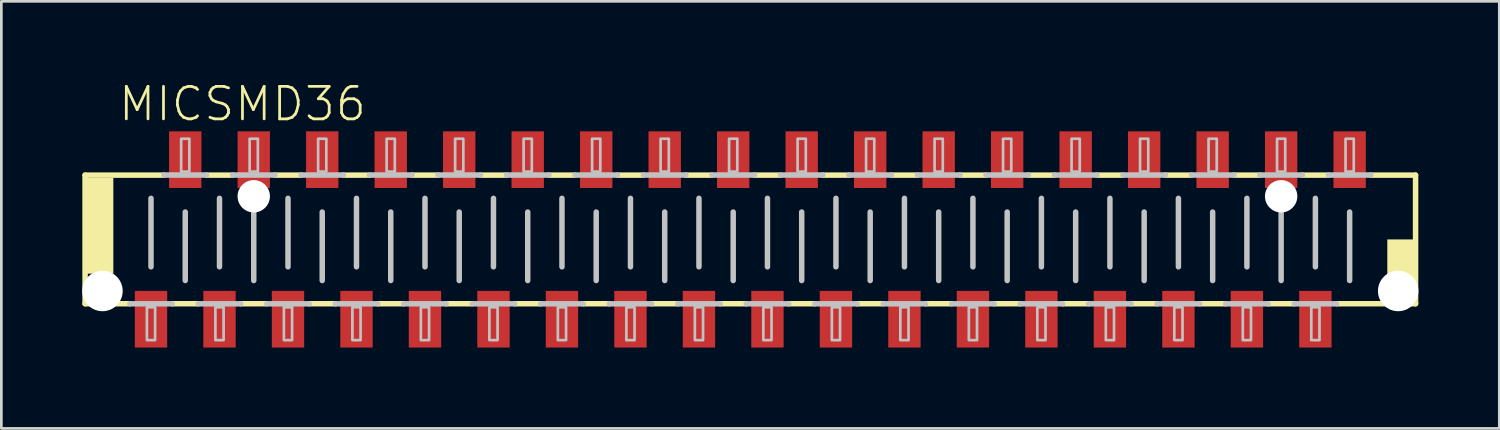
<source format=kicad_pcb>
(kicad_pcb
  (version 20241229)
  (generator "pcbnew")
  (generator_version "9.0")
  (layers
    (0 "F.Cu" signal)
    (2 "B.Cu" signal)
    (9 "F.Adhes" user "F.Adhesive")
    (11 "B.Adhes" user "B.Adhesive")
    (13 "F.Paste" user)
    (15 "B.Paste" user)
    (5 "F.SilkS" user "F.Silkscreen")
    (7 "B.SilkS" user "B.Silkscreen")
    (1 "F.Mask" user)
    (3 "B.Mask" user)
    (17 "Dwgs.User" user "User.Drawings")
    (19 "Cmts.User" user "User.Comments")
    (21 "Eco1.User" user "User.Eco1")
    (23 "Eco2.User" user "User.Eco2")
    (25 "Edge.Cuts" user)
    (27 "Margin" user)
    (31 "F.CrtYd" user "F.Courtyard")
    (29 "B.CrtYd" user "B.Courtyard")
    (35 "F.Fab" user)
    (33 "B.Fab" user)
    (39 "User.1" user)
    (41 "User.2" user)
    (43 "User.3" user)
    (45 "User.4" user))
  (footprint "MICSMD36"
    (layer "F.Cu")
    (at 24.775 5.829)
    (property "Reference" "MICSMD36" (at -23.495 -4.318 0) (layer "F.SilkS") (effects (font (size 1.206 1.206) (thickness 0.102)) (justify left bottom)))
    (attr through_hole)
    (fp_line (start -24.67 -2.384) (end -21.742 -2.384) (stroke (width 0.203) (type solid)) (layer "F.SilkS"))
    (fp_line (start -24.67 2.384) (end -24.67 -2.384) (stroke (width 0.203) (type solid)) (layer "F.SilkS"))
    (fp_line (start -23.012 2.384) (end -24.67 2.384) (stroke (width 0.203) (type solid)) (layer "F.SilkS"))
    (fp_line (start -20.472 2.384) (end -21.438 2.384) (stroke (width 0.203) (type solid)) (layer "F.SilkS"))
    (fp_line (start -20.168 -2.384) (end -19.202 -2.384) (stroke (width 0.203) (type solid)) (layer "F.SilkS"))
    (fp_line (start -17.932 2.384) (end -18.898 2.384) (stroke (width 0.203) (type solid)) (layer "F.SilkS"))
    (fp_line (start -17.628 -2.384) (end -16.662 -2.384) (stroke (width 0.203) (type solid)) (layer "F.SilkS"))
    (fp_line (start -15.392 2.384) (end -16.358 2.384) (stroke (width 0.203) (type solid)) (layer "F.SilkS"))
    (fp_line (start -15.088 -2.384) (end -14.122 -2.384) (stroke (width 0.203) (type solid)) (layer "F.SilkS"))
    (fp_line (start -12.852 2.384) (end -13.818 2.384) (stroke (width 0.203) (type solid)) (layer "F.SilkS"))
    (fp_line (start -12.548 -2.384) (end -11.582 -2.384) (stroke (width 0.203) (type solid)) (layer "F.SilkS"))
    (fp_line (start -10.312 2.384) (end -11.278 2.384) (stroke (width 0.203) (type solid)) (layer "F.SilkS"))
    (fp_line (start -10.008 -2.384) (end -9.042 -2.384) (stroke (width 0.203) (type solid)) (layer "F.SilkS"))
    (fp_line (start -7.772 2.384) (end -8.738 2.384) (stroke (width 0.203) (type solid)) (layer "F.SilkS"))
    (fp_line (start -7.468 -2.384) (end -6.502 -2.384) (stroke (width 0.203) (type solid)) (layer "F.SilkS"))
    (fp_line (start -5.232 2.384) (end -6.198 2.384) (stroke (width 0.203) (type solid)) (layer "F.SilkS"))
    (fp_line (start -4.928 -2.384) (end -3.962 -2.384) (stroke (width 0.203) (type solid)) (layer "F.SilkS"))
    (fp_line (start -2.692 2.384) (end -3.658 2.384) (stroke (width 0.203) (type solid)) (layer "F.SilkS"))
    (fp_line (start -2.388 -2.384) (end -1.422 -2.384) (stroke (width 0.203) (type solid)) (layer "F.SilkS"))
    (fp_line (start -0.152 2.384) (end -1.118 2.384) (stroke (width 0.203) (type solid)) (layer "F.SilkS"))
    (fp_line (start 0.152 -2.384) (end 1.118 -2.384) (stroke (width 0.203) (type solid)) (layer "F.SilkS"))
    (fp_line (start 2.388 2.384) (end 1.422 2.384) (stroke (width 0.203) (type solid)) (layer "F.SilkS"))
    (fp_line (start 2.692 -2.384) (end 3.658 -2.384) (stroke (width 0.203) (type solid)) (layer "F.SilkS"))
    (fp_line (start 4.928 2.384) (end 3.962 2.384) (stroke (width 0.203) (type solid)) (layer "F.SilkS"))
    (fp_line (start 5.232 -2.384) (end 6.198 -2.384) (stroke (width 0.203) (type solid)) (layer "F.SilkS"))
    (fp_line (start 7.468 2.384) (end 6.502 2.384) (stroke (width 0.203) (type solid)) (layer "F.SilkS"))
    (fp_line (start 7.772 -2.384) (end 8.738 -2.384) (stroke (width 0.203) (type solid)) (layer "F.SilkS"))
    (fp_line (start 10.008 2.384) (end 9.042 2.384) (stroke (width 0.203) (type solid)) (layer "F.SilkS"))
    (fp_line (start 10.312 -2.384) (end 11.278 -2.384) (stroke (width 0.203) (type solid)) (layer "F.SilkS"))
    (fp_line (start 12.548 2.384) (end 11.582 2.384) (stroke (width 0.203) (type solid)) (layer "F.SilkS"))
    (fp_line (start 12.852 -2.384) (end 13.818 -2.384) (stroke (width 0.203) (type solid)) (layer "F.SilkS"))
    (fp_line (start 15.088 2.384) (end 14.122 2.384) (stroke (width 0.203) (type solid)) (layer "F.SilkS"))
    (fp_line (start 15.392 -2.384) (end 16.358 -2.384) (stroke (width 0.203) (type solid)) (layer "F.SilkS"))
    (fp_line (start 17.628 2.384) (end 16.662 2.384) (stroke (width 0.203) (type solid)) (layer "F.SilkS"))
    (fp_line (start 17.932 -2.384) (end 18.898 -2.384) (stroke (width 0.203) (type solid)) (layer "F.SilkS"))
    (fp_line (start 20.168 2.384) (end 19.202 2.384) (stroke (width 0.203) (type solid)) (layer "F.SilkS"))
    (fp_line (start 20.472 -2.384) (end 21.438 -2.384) (stroke (width 0.203) (type solid)) (layer "F.SilkS"))
    (fp_line (start 23.012 -2.384) (end 24.67 -2.384) (stroke (width 0.203) (type solid)) (layer "F.SilkS"))
    (fp_line (start 24.67 -2.384) (end 24.67 2.384) (stroke (width 0.203) (type solid)) (layer "F.SilkS"))
    (fp_line (start 24.67 2.384) (end 21.742 2.384) (stroke (width 0.203) (type solid)) (layer "F.SilkS"))
    (fp_poly (pts (xy -24.638 1.27) (xy -23.622 1.27) (xy -23.622 -2.286) (xy -24.638 -2.286)) (stroke (width 0) (type solid)) (fill yes) (layer "F.SilkS"))
    (fp_poly (pts (xy 23.622 2.286) (xy 24.638 2.286) (xy 24.638 0) (xy 23.622 0)) (stroke (width 0) (type solid)) (fill yes) (layer "F.SilkS"))
    (fp_line (start -22.225 -1.524) (end -22.225 1.016) (stroke (width 0.203) (type solid)) (layer "Dwgs.User"))
    (fp_line (start -21.742 -2.388) (end -20.168 -2.388) (stroke (width 0.203) (type solid)) (layer "Dwgs.User"))
    (fp_line (start -21.438 2.388) (end -23.012 2.388) (stroke (width 0.203) (type solid)) (layer "Dwgs.User"))
    (fp_line (start -20.955 -1.016) (end -20.955 1.524) (stroke (width 0.203) (type solid)) (layer "Dwgs.User"))
    (fp_line (start -19.685 -1.524) (end -19.685 1.016) (stroke (width 0.203) (type solid)) (layer "Dwgs.User"))
    (fp_line (start -19.202 -2.388) (end -17.628 -2.388) (stroke (width 0.203) (type solid)) (layer "Dwgs.User"))
    (fp_line (start -18.898 2.388) (end -20.472 2.388) (stroke (width 0.203) (type solid)) (layer "Dwgs.User"))
    (fp_line (start -18.415 -1.016) (end -18.415 1.524) (stroke (width 0.203) (type solid)) (layer "Dwgs.User"))
    (fp_line (start -17.145 -1.524) (end -17.145 1.016) (stroke (width 0.203) (type solid)) (layer "Dwgs.User"))
    (fp_line (start -16.662 -2.388) (end -15.088 -2.388) (stroke (width 0.203) (type solid)) (layer "Dwgs.User"))
    (fp_line (start -16.358 2.388) (end -17.932 2.388) (stroke (width 0.203) (type solid)) (layer "Dwgs.User"))
    (fp_line (start -15.875 -1.016) (end -15.875 1.524) (stroke (width 0.203) (type solid)) (layer "Dwgs.User"))
    (fp_line (start -14.605 -1.524) (end -14.605 1.016) (stroke (width 0.203) (type solid)) (layer "Dwgs.User"))
    (fp_line (start -14.122 -2.388) (end -12.548 -2.388) (stroke (width 0.203) (type solid)) (layer "Dwgs.User"))
    (fp_line (start -13.818 2.388) (end -15.392 2.388) (stroke (width 0.203) (type solid)) (layer "Dwgs.User"))
    (fp_line (start -13.335 -1.016) (end -13.335 1.524) (stroke (width 0.203) (type solid)) (layer "Dwgs.User"))
    (fp_line (start -12.065 -1.524) (end -12.065 1.016) (stroke (width 0.203) (type solid)) (layer "Dwgs.User"))
    (fp_line (start -11.582 -2.388) (end -10.008 -2.388) (stroke (width 0.203) (type solid)) (layer "Dwgs.User"))
    (fp_line (start -11.278 2.388) (end -12.852 2.388) (stroke (width 0.203) (type solid)) (layer "Dwgs.User"))
    (fp_line (start -10.795 -1.016) (end -10.795 1.524) (stroke (width 0.203) (type solid)) (layer "Dwgs.User"))
    (fp_line (start -9.525 -1.524) (end -9.525 1.016) (stroke (width 0.203) (type solid)) (layer "Dwgs.User"))
    (fp_line (start -9.042 -2.388) (end -7.468 -2.388) (stroke (width 0.203) (type solid)) (layer "Dwgs.User"))
    (fp_line (start -8.738 2.388) (end -10.312 2.388) (stroke (width 0.203) (type solid)) (layer "Dwgs.User"))
    (fp_line (start -8.255 -1.016) (end -8.255 1.524) (stroke (width 0.203) (type solid)) (layer "Dwgs.User"))
    (fp_line (start -6.985 -1.524) (end -6.985 1.016) (stroke (width 0.203) (type solid)) (layer "Dwgs.User"))
    (fp_line (start -6.502 -2.388) (end -4.928 -2.388) (stroke (width 0.203) (type solid)) (layer "Dwgs.User"))
    (fp_line (start -6.198 2.388) (end -7.772 2.388) (stroke (width 0.203) (type solid)) (layer "Dwgs.User"))
    (fp_line (start -5.715 -1.016) (end -5.715 1.524) (stroke (width 0.203) (type solid)) (layer "Dwgs.User"))
    (fp_line (start -4.445 -1.524) (end -4.445 1.016) (stroke (width 0.203) (type solid)) (layer "Dwgs.User"))
    (fp_line (start -3.962 -2.388) (end -2.388 -2.388) (stroke (width 0.203) (type solid)) (layer "Dwgs.User"))
    (fp_line (start -3.658 2.388) (end -5.232 2.388) (stroke (width 0.203) (type solid)) (layer "Dwgs.User"))
    (fp_line (start -3.175 -1.016) (end -3.175 1.524) (stroke (width 0.203) (type solid)) (layer "Dwgs.User"))
    (fp_line (start -1.905 -1.524) (end -1.905 1.016) (stroke (width 0.203) (type solid)) (layer "Dwgs.User"))
    (fp_line (start -1.422 -2.388) (end 0.152 -2.388) (stroke (width 0.203) (type solid)) (layer "Dwgs.User"))
    (fp_line (start -1.118 2.388) (end -2.692 2.388) (stroke (width 0.203) (type solid)) (layer "Dwgs.User"))
    (fp_line (start -0.635 -1.016) (end -0.635 1.524) (stroke (width 0.203) (type solid)) (layer "Dwgs.User"))
    (fp_line (start 0.635 -1.524) (end 0.635 1.016) (stroke (width 0.203) (type solid)) (layer "Dwgs.User"))
    (fp_line (start 1.118 -2.388) (end 2.692 -2.388) (stroke (width 0.203) (type solid)) (layer "Dwgs.User"))
    (fp_line (start 1.422 2.388) (end -0.152 2.388) (stroke (width 0.203) (type solid)) (layer "Dwgs.User"))
    (fp_line (start 1.905 -1.016) (end 1.905 1.524) (stroke (width 0.203) (type solid)) (layer "Dwgs.User"))
    (fp_line (start 3.175 -1.524) (end 3.175 1.016) (stroke (width 0.203) (type solid)) (layer "Dwgs.User"))
    (fp_line (start 3.658 -2.388) (end 5.232 -2.388) (stroke (width 0.203) (type solid)) (layer "Dwgs.User"))
    (fp_line (start 3.962 2.388) (end 2.388 2.388) (stroke (width 0.203) (type solid)) (layer "Dwgs.User"))
    (fp_line (start 4.445 -1.016) (end 4.445 1.524) (stroke (width 0.203) (type solid)) (layer "Dwgs.User"))
    (fp_line (start 5.715 -1.524) (end 5.715 1.016) (stroke (width 0.203) (type solid)) (layer "Dwgs.User"))
    (fp_line (start 6.198 -2.388) (end 7.772 -2.388) (stroke (width 0.203) (type solid)) (layer "Dwgs.User"))
    (fp_line (start 6.502 2.388) (end 4.928 2.388) (stroke (width 0.203) (type solid)) (layer "Dwgs.User"))
    (fp_line (start 6.985 -1.016) (end 6.985 1.524) (stroke (width 0.203) (type solid)) (layer "Dwgs.User"))
    (fp_line (start 8.255 -1.524) (end 8.255 1.016) (stroke (width 0.203) (type solid)) (layer "Dwgs.User"))
    (fp_line (start 8.738 -2.388) (end 10.312 -2.388) (stroke (width 0.203) (type solid)) (layer "Dwgs.User"))
    (fp_line (start 9.042 2.388) (end 7.468 2.388) (stroke (width 0.203) (type solid)) (layer "Dwgs.User"))
    (fp_line (start 9.525 -1.016) (end 9.525 1.524) (stroke (width 0.203) (type solid)) (layer "Dwgs.User"))
    (fp_line (start 10.795 -1.524) (end 10.795 1.016) (stroke (width 0.203) (type solid)) (layer "Dwgs.User"))
    (fp_line (start 11.278 -2.388) (end 12.852 -2.388) (stroke (width 0.203) (type solid)) (layer "Dwgs.User"))
    (fp_line (start 11.582 2.388) (end 10.008 2.388) (stroke (width 0.203) (type solid)) (layer "Dwgs.User"))
    (fp_line (start 12.065 -1.016) (end 12.065 1.524) (stroke (width 0.203) (type solid)) (layer "Dwgs.User"))
    (fp_line (start 13.335 -1.524) (end 13.335 1.016) (stroke (width 0.203) (type solid)) (layer "Dwgs.User"))
    (fp_line (start 13.818 -2.388) (end 15.392 -2.388) (stroke (width 0.203) (type solid)) (layer "Dwgs.User"))
    (fp_line (start 14.122 2.388) (end 12.548 2.388) (stroke (width 0.203) (type solid)) (layer "Dwgs.User"))
    (fp_line (start 14.605 -1.016) (end 14.605 1.524) (stroke (width 0.203) (type solid)) (layer "Dwgs.User"))
    (fp_line (start 15.875 -1.524) (end 15.875 1.016) (stroke (width 0.203) (type solid)) (layer "Dwgs.User"))
    (fp_line (start 16.358 -2.388) (end 17.932 -2.388) (stroke (width 0.203) (type solid)) (layer "Dwgs.User"))
    (fp_line (start 16.662 2.388) (end 15.088 2.388) (stroke (width 0.203) (type solid)) (layer "Dwgs.User"))
    (fp_line (start 17.145 -1.016) (end 17.145 1.524) (stroke (width 0.203) (type solid)) (layer "Dwgs.User"))
    (fp_line (start 18.415 -1.524) (end 18.415 1.016) (stroke (width 0.203) (type solid)) (layer "Dwgs.User"))
    (fp_line (start 18.898 -2.388) (end 20.472 -2.388) (stroke (width 0.203) (type solid)) (layer "Dwgs.User"))
    (fp_line (start 19.202 2.388) (end 17.628 2.388) (stroke (width 0.203) (type solid)) (layer "Dwgs.User"))
    (fp_line (start 19.685 -1.016) (end 19.685 1.524) (stroke (width 0.203) (type solid)) (layer "Dwgs.User"))
    (fp_line (start 20.955 -1.524) (end 20.955 1.016) (stroke (width 0.203) (type solid)) (layer "Dwgs.User"))
    (fp_line (start 21.438 -2.388) (end 23.012 -2.388) (stroke (width 0.203) (type solid)) (layer "Dwgs.User"))
    (fp_line (start 21.742 2.388) (end 20.168 2.388) (stroke (width 0.203) (type solid)) (layer "Dwgs.User"))
    (fp_line (start 22.225 -1.016) (end 22.225 1.524) (stroke (width 0.203) (type solid)) (layer "Dwgs.User"))
    (fp_poly (pts (xy -22.377 3.734) (xy -22.073 3.734) (xy -22.073 2.515) (xy -22.377 2.515)) (stroke (width 0.1) (type solid)) (fill no) (layer "Dwgs.User"))
    (fp_poly (pts (xy -21.107 -2.515) (xy -20.803 -2.515) (xy -20.803 -3.734) (xy -21.107 -3.734)) (stroke (width 0.1) (type solid)) (fill no) (layer "Dwgs.User"))
    (fp_poly (pts (xy -19.837 3.734) (xy -19.533 3.734) (xy -19.533 2.515) (xy -19.837 2.515)) (stroke (width 0.1) (type solid)) (fill no) (layer "Dwgs.User"))
    (fp_poly (pts (xy -18.567 -2.515) (xy -18.263 -2.515) (xy -18.263 -3.734) (xy -18.567 -3.734)) (stroke (width 0.1) (type solid)) (fill no) (layer "Dwgs.User"))
    (fp_poly (pts (xy -17.297 3.734) (xy -16.993 3.734) (xy -16.993 2.515) (xy -17.297 2.515)) (stroke (width 0.1) (type solid)) (fill no) (layer "Dwgs.User"))
    (fp_poly (pts (xy -16.027 -2.515) (xy -15.723 -2.515) (xy -15.723 -3.734) (xy -16.027 -3.734)) (stroke (width 0.1) (type solid)) (fill no) (layer "Dwgs.User"))
    (fp_poly (pts (xy -14.757 3.734) (xy -14.453 3.734) (xy -14.453 2.515) (xy -14.757 2.515)) (stroke (width 0.1) (type solid)) (fill no) (layer "Dwgs.User"))
    (fp_poly (pts (xy -13.487 -2.515) (xy -13.183 -2.515) (xy -13.183 -3.734) (xy -13.487 -3.734)) (stroke (width 0.1) (type solid)) (fill no) (layer "Dwgs.User"))
    (fp_poly (pts (xy -12.217 3.734) (xy -11.913 3.734) (xy -11.913 2.515) (xy -12.217 2.515)) (stroke (width 0.1) (type solid)) (fill no) (layer "Dwgs.User"))
    (fp_poly (pts (xy -10.947 -2.515) (xy -10.643 -2.515) (xy -10.643 -3.734) (xy -10.947 -3.734)) (stroke (width 0.1) (type solid)) (fill no) (layer "Dwgs.User"))
    (fp_poly (pts (xy -9.677 3.734) (xy -9.373 3.734) (xy -9.373 2.515) (xy -9.677 2.515)) (stroke (width 0.1) (type solid)) (fill no) (layer "Dwgs.User"))
    (fp_poly (pts (xy -8.407 -2.515) (xy -8.103 -2.515) (xy -8.103 -3.734) (xy -8.407 -3.734)) (stroke (width 0.1) (type solid)) (fill no) (layer "Dwgs.User"))
    (fp_poly (pts (xy -7.137 3.734) (xy -6.833 3.734) (xy -6.833 2.515) (xy -7.137 2.515)) (stroke (width 0.1) (type solid)) (fill no) (layer "Dwgs.User"))
    (fp_poly (pts (xy -5.867 -2.515) (xy -5.563 -2.515) (xy -5.563 -3.734) (xy -5.867 -3.734)) (stroke (width 0.1) (type solid)) (fill no) (layer "Dwgs.User"))
    (fp_poly (pts (xy -4.597 3.734) (xy -4.293 3.734) (xy -4.293 2.515) (xy -4.597 2.515)) (stroke (width 0.1) (type solid)) (fill no) (layer "Dwgs.User"))
    (fp_poly (pts (xy -3.327 -2.515) (xy -3.023 -2.515) (xy -3.023 -3.734) (xy -3.327 -3.734)) (stroke (width 0.1) (type solid)) (fill no) (layer "Dwgs.User"))
    (fp_poly (pts (xy -2.057 3.734) (xy -1.753 3.734) (xy -1.753 2.515) (xy -2.057 2.515)) (stroke (width 0.1) (type solid)) (fill no) (layer "Dwgs.User"))
    (fp_poly (pts (xy -0.787 -2.515) (xy -0.483 -2.515) (xy -0.483 -3.734) (xy -0.787 -3.734)) (stroke (width 0.1) (type solid)) (fill no) (layer "Dwgs.User"))
    (fp_poly (pts (xy 0.483 3.734) (xy 0.787 3.734) (xy 0.787 2.515) (xy 0.483 2.515)) (stroke (width 0.1) (type solid)) (fill no) (layer "Dwgs.User"))
    (fp_poly (pts (xy 1.753 -2.515) (xy 2.057 -2.515) (xy 2.057 -3.734) (xy 1.753 -3.734)) (stroke (width 0.1) (type solid)) (fill no) (layer "Dwgs.User"))
    (fp_poly (pts (xy 3.023 3.734) (xy 3.327 3.734) (xy 3.327 2.515) (xy 3.023 2.515)) (stroke (width 0.1) (type solid)) (fill no) (layer "Dwgs.User"))
    (fp_poly (pts (xy 4.293 -2.515) (xy 4.597 -2.515) (xy 4.597 -3.734) (xy 4.293 -3.734)) (stroke (width 0.1) (type solid)) (fill no) (layer "Dwgs.User"))
    (fp_poly (pts (xy 5.563 3.734) (xy 5.867 3.734) (xy 5.867 2.515) (xy 5.563 2.515)) (stroke (width 0.1) (type solid)) (fill no) (layer "Dwgs.User"))
    (fp_poly (pts (xy 6.833 -2.515) (xy 7.137 -2.515) (xy 7.137 -3.734) (xy 6.833 -3.734)) (stroke (width 0.1) (type solid)) (fill no) (layer "Dwgs.User"))
    (fp_poly (pts (xy 8.103 3.734) (xy 8.407 3.734) (xy 8.407 2.515) (xy 8.103 2.515)) (stroke (width 0.1) (type solid)) (fill no) (layer "Dwgs.User"))
    (fp_poly (pts (xy 9.373 -2.515) (xy 9.677 -2.515) (xy 9.677 -3.734) (xy 9.373 -3.734)) (stroke (width 0.1) (type solid)) (fill no) (layer "Dwgs.User"))
    (fp_poly (pts (xy 10.643 3.734) (xy 10.947 3.734) (xy 10.947 2.515) (xy 10.643 2.515)) (stroke (width 0.1) (type solid)) (fill no) (layer "Dwgs.User"))
    (fp_poly (pts (xy 11.913 -2.515) (xy 12.217 -2.515) (xy 12.217 -3.734) (xy 11.913 -3.734)) (stroke (width 0.1) (type solid)) (fill no) (layer "Dwgs.User"))
    (fp_poly (pts (xy 13.183 3.734) (xy 13.487 3.734) (xy 13.487 2.515) (xy 13.183 2.515)) (stroke (width 0.1) (type solid)) (fill no) (layer "Dwgs.User"))
    (fp_poly (pts (xy 14.453 -2.515) (xy 14.757 -2.515) (xy 14.757 -3.734) (xy 14.453 -3.734)) (stroke (width 0.1) (type solid)) (fill no) (layer "Dwgs.User"))
    (fp_poly (pts (xy 15.723 3.734) (xy 16.027 3.734) (xy 16.027 2.515) (xy 15.723 2.515)) (stroke (width 0.1) (type solid)) (fill no) (layer "Dwgs.User"))
    (fp_poly (pts (xy 16.993 -2.515) (xy 17.297 -2.515) (xy 17.297 -3.734) (xy 16.993 -3.734)) (stroke (width 0.1) (type solid)) (fill no) (layer "Dwgs.User"))
    (fp_poly (pts (xy 18.263 3.734) (xy 18.567 3.734) (xy 18.567 2.515) (xy 18.263 2.515)) (stroke (width 0.1) (type solid)) (fill no) (layer "Dwgs.User"))
    (fp_poly (pts (xy 19.533 -2.515) (xy 19.837 -2.515) (xy 19.837 -3.734) (xy 19.533 -3.734)) (stroke (width 0.1) (type solid)) (fill no) (layer "Dwgs.User"))
    (fp_poly (pts (xy 20.803 3.734) (xy 21.107 3.734) (xy 21.107 2.515) (xy 20.803 2.515)) (stroke (width 0.1) (type solid)) (fill no) (layer "Dwgs.User"))
    (fp_poly (pts (xy 22.073 -2.515) (xy 22.377 -2.515) (xy 22.377 -3.734) (xy 22.073 -3.734)) (stroke (width 0.1) (type solid)) (fill no) (layer "Dwgs.User"))
    (pad "" np_thru_hole circle (at -24.025 1.912) (size 1.5 1.5) (drill 1.5) (layers "*.Cu"))
    (pad "" np_thru_hole circle (at -18.415 -1.6) (size 1.2 1.2) (drill 1.2) (layers "*.Cu"))
    (pad "" np_thru_hole circle (at 19.685 -1.6) (size 1.2 1.2) (drill 1.2) (layers "*.Cu"))
    (pad "" np_thru_hole circle (at 24.025 1.912) (size 1.5 1.5) (drill 1.5) (layers "*.Cu"))
    (pad "1" smd rect (at -22.225 2.959) (size 1.2 2.1) (layers "F.Cu" "F.Mask" "F.Paste"))
    (pad "2" smd rect (at -20.955 -2.959) (size 1.2 2.1) (layers "F.Cu" "F.Mask" "F.Paste"))
    (pad "3" smd rect (at -19.685 2.959) (size 1.2 2.1) (layers "F.Cu" "F.Mask" "F.Paste"))
    (pad "4" smd rect (at -18.415 -2.959) (size 1.2 2.1) (layers "F.Cu" "F.Mask" "F.Paste"))
    (pad "5" smd rect (at -17.145 2.959) (size 1.2 2.1) (layers "F.Cu" "F.Mask" "F.Paste"))
    (pad "6" smd rect (at -15.875 -2.959) (size 1.2 2.1) (layers "F.Cu" "F.Mask" "F.Paste"))
    (pad "7" smd rect (at -14.605 2.959) (size 1.2 2.1) (layers "F.Cu" "F.Mask" "F.Paste"))
    (pad "8" smd rect (at -13.335 -2.959) (size 1.2 2.1) (layers "F.Cu" "F.Mask" "F.Paste"))
    (pad "9" smd rect (at -12.065 2.959) (size 1.2 2.1) (layers "F.Cu" "F.Mask" "F.Paste"))
    (pad "10" smd rect (at -10.795 -2.959) (size 1.2 2.1) (layers "F.Cu" "F.Mask" "F.Paste"))
    (pad "11" smd rect (at -9.525 2.959) (size 1.2 2.1) (layers "F.Cu" "F.Mask" "F.Paste"))
    (pad "12" smd rect (at -8.255 -2.959) (size 1.2 2.1) (layers "F.Cu" "F.Mask" "F.Paste"))
    (pad "13" smd rect (at -6.985 2.959) (size 1.2 2.1) (layers "F.Cu" "F.Mask" "F.Paste"))
    (pad "14" smd rect (at -5.715 -2.959) (size 1.2 2.1) (layers "F.Cu" "F.Mask" "F.Paste"))
    (pad "15" smd rect (at -4.445 2.959) (size 1.2 2.1) (layers "F.Cu" "F.Mask" "F.Paste"))
    (pad "16" smd rect (at -3.175 -2.959) (size 1.2 2.1) (layers "F.Cu" "F.Mask" "F.Paste"))
    (pad "17" smd rect (at -1.905 2.959) (size 1.2 2.1) (layers "F.Cu" "F.Mask" "F.Paste"))
    (pad "18" smd rect (at -0.635 -2.959) (size 1.2 2.1) (layers "F.Cu" "F.Mask" "F.Paste"))
    (pad "19" smd rect (at 0.635 2.959) (size 1.2 2.1) (layers "F.Cu" "F.Mask" "F.Paste"))
    (pad "20" smd rect (at 1.905 -2.959) (size 1.2 2.1) (layers "F.Cu" "F.Mask" "F.Paste"))
    (pad "21" smd rect (at 3.175 2.959) (size 1.2 2.1) (layers "F.Cu" "F.Mask" "F.Paste"))
    (pad "22" smd rect (at 4.445 -2.959) (size 1.2 2.1) (layers "F.Cu" "F.Mask" "F.Paste"))
    (pad "23" smd rect (at 5.715 2.959) (size 1.2 2.1) (layers "F.Cu" "F.Mask" "F.Paste"))
    (pad "24" smd rect (at 6.985 -2.959) (size 1.2 2.1) (layers "F.Cu" "F.Mask" "F.Paste"))
    (pad "25" smd rect (at 8.255 2.959) (size 1.2 2.1) (layers "F.Cu" "F.Mask" "F.Paste"))
    (pad "26" smd rect (at 9.525 -2.959) (size 1.2 2.1) (layers "F.Cu" "F.Mask" "F.Paste"))
    (pad "27" smd rect (at 10.795 2.959) (size 1.2 2.1) (layers "F.Cu" "F.Mask" "F.Paste"))
    (pad "28" smd rect (at 12.065 -2.959) (size 1.2 2.1) (layers "F.Cu" "F.Mask" "F.Paste"))
    (pad "29" smd rect (at 13.335 2.959) (size 1.2 2.1) (layers "F.Cu" "F.Mask" "F.Paste"))
    (pad "30" smd rect (at 14.605 -2.959) (size 1.2 2.1) (layers "F.Cu" "F.Mask" "F.Paste"))
    (pad "31" smd rect (at 15.875 2.959) (size 1.2 2.1) (layers "F.Cu" "F.Mask" "F.Paste"))
    (pad "32" smd rect (at 17.145 -2.959) (size 1.2 2.1) (layers "F.Cu" "F.Mask" "F.Paste"))
    (pad "33" smd rect (at 18.415 2.959) (size 1.2 2.1) (layers "F.Cu" "F.Mask" "F.Paste"))
    (pad "34" smd rect (at 19.685 -2.959) (size 1.2 2.1) (layers "F.Cu" "F.Mask" "F.Paste"))
    (pad "35" smd rect (at 20.955 2.959) (size 1.2 2.1) (layers "F.Cu" "F.Mask" "F.Paste"))
    (pad "36" smd rect (at 22.225 -2.959) (size 1.2 2.1) (layers "F.Cu" "F.Mask" "F.Paste")))
  (gr_rect
    (start -3 -3)
    (end 52.55 12.838)
    (stroke (width 0.1) (type default))
    (fill no)
    (layer "Edge.Cuts")))
</source>
